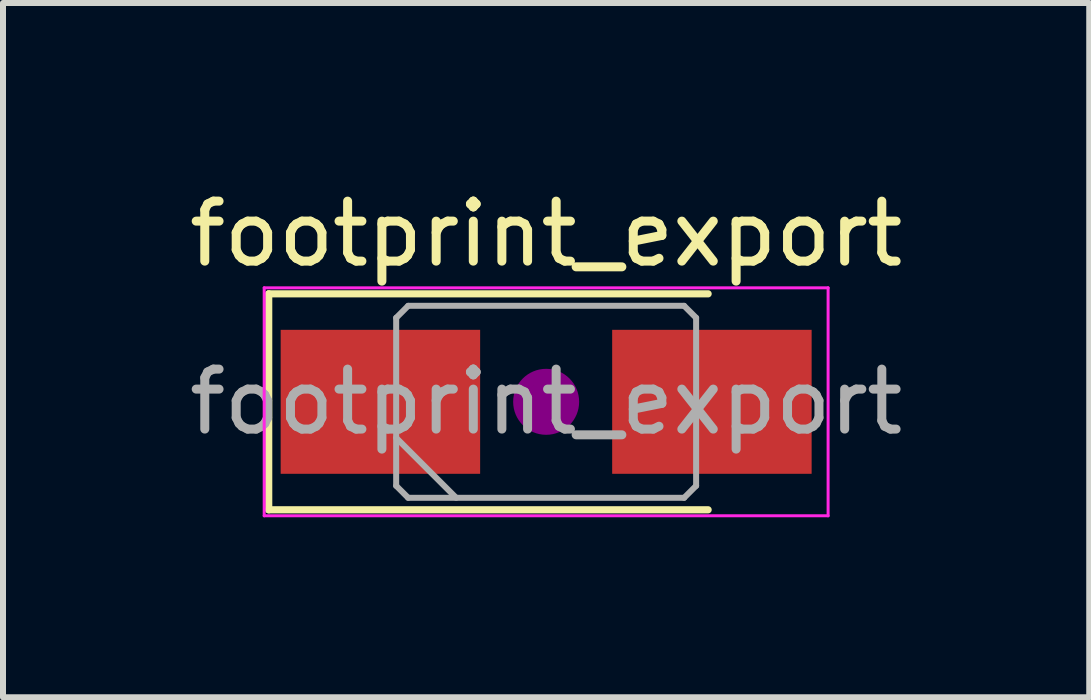
<source format=kicad_pcb>
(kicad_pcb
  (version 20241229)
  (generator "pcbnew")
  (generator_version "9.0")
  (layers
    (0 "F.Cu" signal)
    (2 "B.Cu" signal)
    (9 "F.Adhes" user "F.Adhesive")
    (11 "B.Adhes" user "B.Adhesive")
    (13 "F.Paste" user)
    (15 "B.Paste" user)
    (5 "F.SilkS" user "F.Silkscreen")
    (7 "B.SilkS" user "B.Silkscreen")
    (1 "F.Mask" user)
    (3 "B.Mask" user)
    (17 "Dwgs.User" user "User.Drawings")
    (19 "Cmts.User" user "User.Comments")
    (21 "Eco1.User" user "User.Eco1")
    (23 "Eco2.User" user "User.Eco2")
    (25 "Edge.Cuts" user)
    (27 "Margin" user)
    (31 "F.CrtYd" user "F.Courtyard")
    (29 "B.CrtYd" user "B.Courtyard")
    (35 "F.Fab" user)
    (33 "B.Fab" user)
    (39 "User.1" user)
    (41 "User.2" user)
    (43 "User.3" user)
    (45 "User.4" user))
  (footprint "footprint_export"
    (layer "F.Cu")
    (at 6.054 3.648)
    (property "Reference" "footprint_export" (at 0 -2.8 0) (layer "F.SilkS") (effects (font (size 1 1) (thickness 0.15))))
    (attr smd)
    (fp_line (start -4.625 -1.8) (end -4.625 1.8) (stroke (width 0.12) (type solid)) (layer "F.SilkS"))
    (fp_line (start -4.625 1.8) (end 2.7 1.8) (stroke (width 0.12) (type solid)) (layer "F.SilkS"))
    (fp_line (start 2.7 -1.8) (end -4.625 -1.8) (stroke (width 0.12) (type solid)) (layer "F.SilkS"))
    (fp_circle (center 0 0) (end 0.117 0) (stroke (width 0.233) (type solid)) (fill no) (layer "F.Adhes"))
    (fp_circle (center 0 0) (end 0.267 0) (stroke (width 0.167) (type solid)) (fill no) (layer "F.Adhes"))
    (fp_circle (center 0 0) (end 0.417 0) (stroke (width 0.167) (type solid)) (fill no) (layer "F.Adhes"))
    (fp_circle (center 0 0) (end 0.5 0) (stroke (width 0.1) (type solid)) (fill no) (layer "F.Adhes"))
    (fp_line (start -4.7 -1.9) (end -4.7 1.9) (stroke (width 0.05) (type solid)) (layer "F.CrtYd"))
    (fp_line (start -4.7 1.9) (end 4.7 1.9) (stroke (width 0.05) (type solid)) (layer "F.CrtYd"))
    (fp_line (start 4.7 -1.9) (end -4.7 -1.9) (stroke (width 0.05) (type solid)) (layer "F.CrtYd"))
    (fp_line (start 4.7 1.9) (end 4.7 -1.9) (stroke (width 0.05) (type solid)) (layer "F.CrtYd"))
    (fp_line (start -2.5 -1.4) (end -2.3 -1.6) (stroke (width 0.1) (type solid)) (layer "F.Fab"))
    (fp_line (start -2.5 0.6) (end -1.5 1.6) (stroke (width 0.1) (type solid)) (layer "F.Fab"))
    (fp_line (start -2.5 1.4) (end -2.5 -1.4) (stroke (width 0.1) (type solid)) (layer "F.Fab"))
    (fp_line (start -2.3 -1.6) (end 2.3 -1.6) (stroke (width 0.1) (type solid)) (layer "F.Fab"))
    (fp_line (start -2.3 1.6) (end -2.5 1.4) (stroke (width 0.1) (type solid)) (layer "F.Fab"))
    (fp_line (start 2.3 -1.6) (end 2.5 -1.4) (stroke (width 0.1) (type solid)) (layer "F.Fab"))
    (fp_line (start 2.3 1.6) (end -2.3 1.6) (stroke (width 0.1) (type solid)) (layer "F.Fab"))
    (fp_line (start 2.5 -1.4) (end 2.5 1.4) (stroke (width 0.1) (type solid)) (layer "F.Fab"))
    (fp_line (start 2.5 1.4) (end 2.3 1.6) (stroke (width 0.1) (type solid)) (layer "F.Fab"))
    (fp_text user "${REFERENCE}" (at 0 0 0) (layer "F.Fab") (effects (font (size 1 1) (thickness 0.15))))
    (pad "1" smd rect (at -2.763 0) (size 3.325 2.4) (layers "F.Cu" "F.Mask" "F.Paste"))
    (pad "2" smd rect (at 2.763 0) (size 3.325 2.4) (layers "F.Cu" "F.Mask" "F.Paste")))
  (gr_rect
    (start -3 -3)
    (end 15.107 8.573)
    (stroke (width 0.1) (type default))
    (fill no)
    (layer "Edge.Cuts")))
</source>
